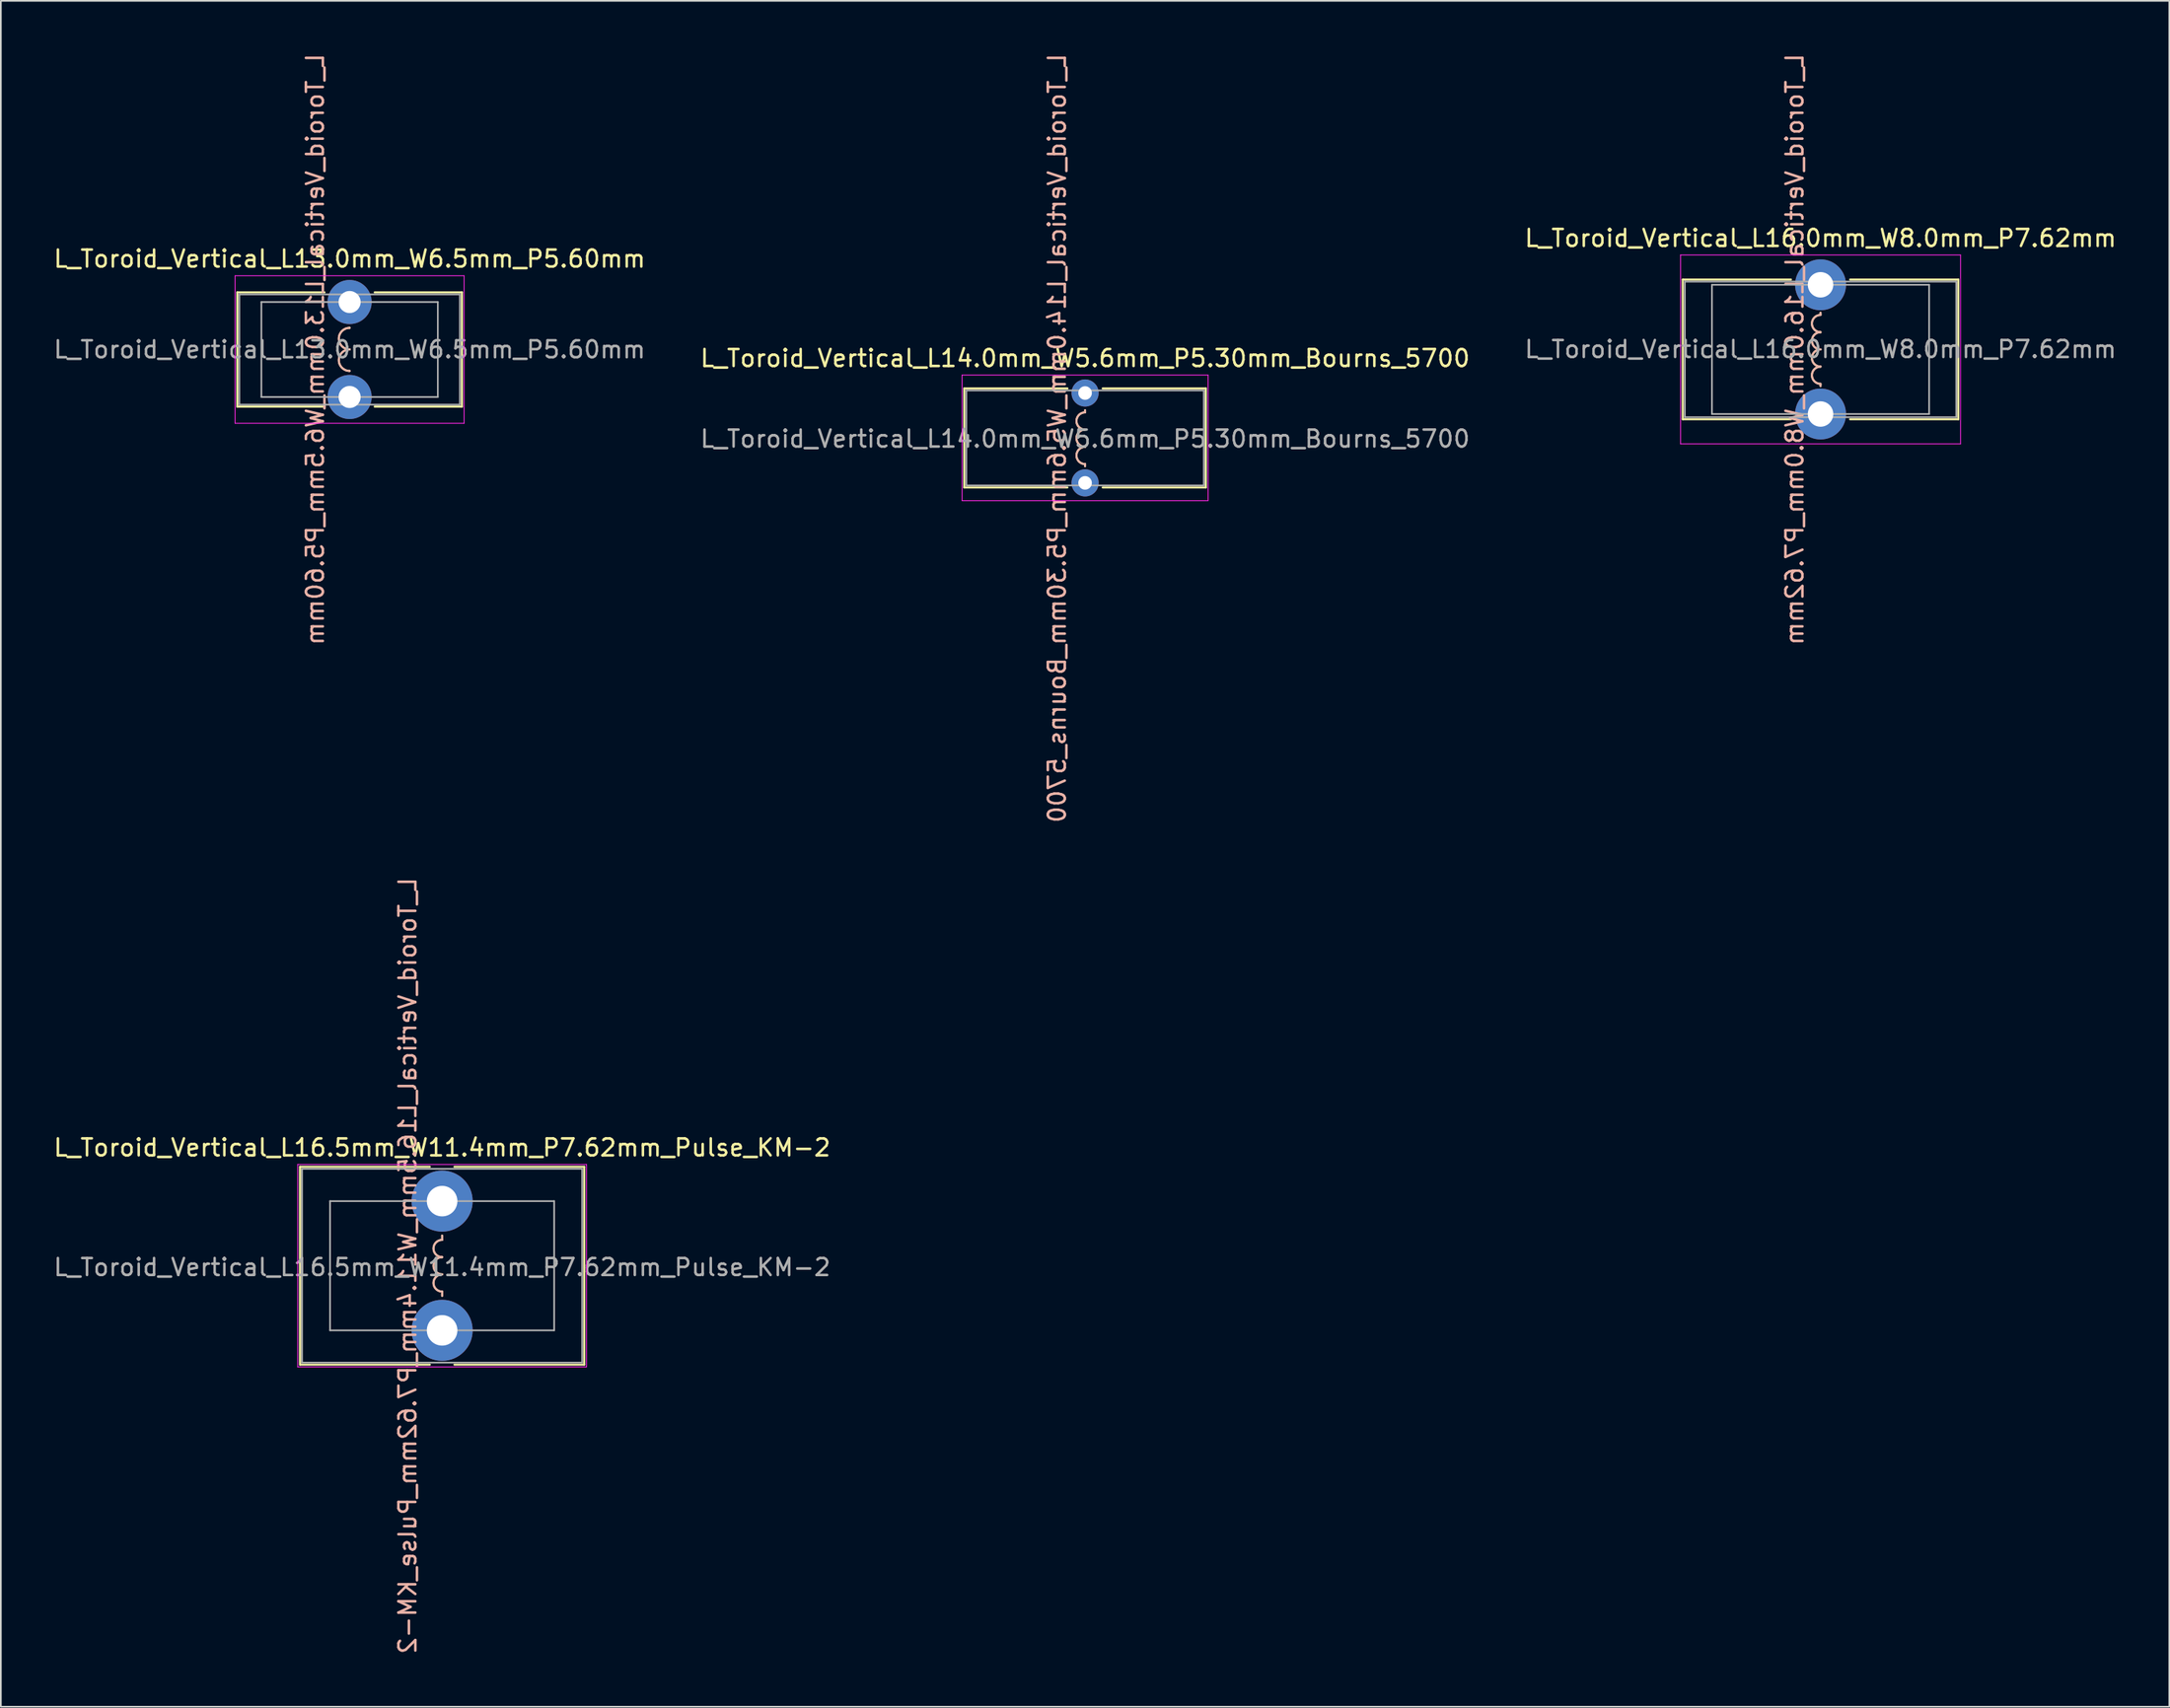
<source format=kicad_pcb>
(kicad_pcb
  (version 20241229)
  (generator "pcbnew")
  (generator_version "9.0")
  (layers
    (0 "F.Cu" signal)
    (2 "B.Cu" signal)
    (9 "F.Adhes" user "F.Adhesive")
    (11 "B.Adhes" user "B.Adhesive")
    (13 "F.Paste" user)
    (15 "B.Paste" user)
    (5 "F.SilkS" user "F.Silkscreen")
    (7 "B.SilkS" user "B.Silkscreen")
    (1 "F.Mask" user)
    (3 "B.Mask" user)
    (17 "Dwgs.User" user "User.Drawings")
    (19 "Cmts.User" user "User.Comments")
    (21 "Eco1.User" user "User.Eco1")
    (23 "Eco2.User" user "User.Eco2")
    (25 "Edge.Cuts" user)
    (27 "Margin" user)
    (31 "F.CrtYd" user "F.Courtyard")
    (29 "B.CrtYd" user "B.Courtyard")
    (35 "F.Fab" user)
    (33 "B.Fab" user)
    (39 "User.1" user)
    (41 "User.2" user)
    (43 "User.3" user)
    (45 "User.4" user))
  (footprint "L_Toroid_Vertical_L16.5mm_W11.4mm_P7.62mm_Pulse_KM-2"
    (layer "F.Cu")
    (at 23.006 67.779)
    (property "Reference" "L_Toroid_Vertical_L16.5mm_W11.4mm_P7.62mm_Pulse_KM-2" (at 0 -3.155 0) (layer "F.SilkS") (effects (font (size 1 1) (thickness 0.15))))
    (fp_line (start -8.375 -2.025) (end -8.375 9.645) (stroke (width 0.12) (type solid)) (layer "F.SilkS"))
    (fp_line (start -8.375 -2.025) (end -0.725 -2.025) (stroke (width 0.12) (type solid)) (layer "F.SilkS"))
    (fp_line (start -8.375 9.645) (end -0.725 9.645) (stroke (width 0.12) (type solid)) (layer "F.SilkS"))
    (fp_line (start 0 2.286) (end 0 2.032) (stroke (width 0.12) (type solid)) (layer "F.SilkS"))
    (fp_line (start 0 5.334) (end 0 5.588) (stroke (width 0.12) (type solid)) (layer "F.SilkS"))
    (fp_line (start 0.725 -2.025) (end 8.375 -2.025) (stroke (width 0.12) (type solid)) (layer "F.SilkS"))
    (fp_line (start 0.725 9.645) (end 8.375 9.645) (stroke (width 0.12) (type solid)) (layer "F.SilkS"))
    (fp_line (start 8.375 -2.025) (end 8.375 9.645) (stroke (width 0.12) (type solid)) (layer "F.SilkS"))
    (fp_arc (start 0 3.302) (mid -0.508 2.794) (end 0 2.286) (stroke (width 0.12) (type solid)) (layer "F.SilkS"))
    (fp_arc (start 0 4.318) (mid -0.508 3.81) (end 0 3.302) (stroke (width 0.12) (type solid)) (layer "F.SilkS"))
    (fp_arc (start 0 5.334) (mid -0.508 4.826) (end 0 4.318) (stroke (width 0.12) (type solid)) (layer "F.SilkS"))
    (fp_line (start 0 2.286) (end 0 2.032) (stroke (width 0.12) (type solid)) (layer "B.SilkS"))
    (fp_line (start 0 5.334) (end 0 5.588) (stroke (width 0.12) (type solid)) (layer "B.SilkS"))
    (fp_arc (start 0 3.302) (mid -0.508 2.794) (end 0 2.286) (stroke (width 0.12) (type solid)) (layer "B.SilkS"))
    (fp_arc (start 0 4.318) (mid -0.508 3.81) (end 0 3.302) (stroke (width 0.12) (type solid)) (layer "B.SilkS"))
    (fp_arc (start 0 5.334) (mid -0.508 4.826) (end 0 4.318) (stroke (width 0.12) (type solid)) (layer "B.SilkS"))
    (fp_line (start -8.51 -2.16) (end -8.51 9.78) (stroke (width 0.05) (type solid)) (layer "F.CrtYd"))
    (fp_line (start -8.51 9.78) (end 8.51 9.78) (stroke (width 0.05) (type solid)) (layer "F.CrtYd"))
    (fp_line (start 8.51 -2.16) (end -8.51 -2.16) (stroke (width 0.05) (type solid)) (layer "F.CrtYd"))
    (fp_line (start 8.51 9.78) (end 8.51 -2.16) (stroke (width 0.05) (type solid)) (layer "F.CrtYd"))
    (fp_line (start -8.255 -1.905) (end -8.255 9.525) (stroke (width 0.1) (type solid)) (layer "F.Fab"))
    (fp_line (start -8.255 9.525) (end 8.255 9.525) (stroke (width 0.1) (type solid)) (layer "F.Fab"))
    (fp_line (start -6.604 0) (end -6.604 7.62) (stroke (width 0.1) (type solid)) (layer "F.Fab"))
    (fp_line (start -6.604 7.62) (end 6.604 7.62) (stroke (width 0.1) (type solid)) (layer "F.Fab"))
    (fp_line (start 6.604 0) (end -6.604 0) (stroke (width 0.1) (type solid)) (layer "F.Fab"))
    (fp_line (start 6.604 7.62) (end 6.604 0) (stroke (width 0.1) (type solid)) (layer "F.Fab"))
    (fp_line (start 8.255 -1.905) (end -8.255 -1.905) (stroke (width 0.1) (type solid)) (layer "F.Fab"))
    (fp_line (start 8.255 9.525) (end 8.255 -1.905) (stroke (width 0.1) (type solid)) (layer "F.Fab"))
    (fp_text user "${REFERENCE}" (at -2.032 3.81 90) (layer "B.SilkS") (effects (font (size 1 1) (thickness 0.15)) (justify mirror)))
    (fp_text user "${REFERENCE}" (at 0 3.9 0) (layer "F.Fab") (effects (font (size 1 1) (thickness 0.15))))
    (pad "1" thru_hole circle (at 0 0) (size 3.6 3.6) (drill 1.8) (layers "*.Cu" "*.Mask"))
    (pad "2" thru_hole circle (at 0 7.62) (size 3.6 3.6) (drill 1.8) (layers "*.Cu" "*.Mask")))
  (footprint "L_Toroid_Vertical_L14.0mm_W5.6mm_P5.30mm_Bourns_5700"
    (layer "F.Cu")
    (at 60.899 20.125)
    (property "Reference" "L_Toroid_Vertical_L14.0mm_W5.6mm_P5.30mm_Bourns_5700" (at 0 -2.05 0) (layer "F.SilkS") (effects (font (size 1 1) (thickness 0.15))))
    (fp_line (start -7.12 -0.27) (end -7.12 5.57) (stroke (width 0.12) (type solid)) (layer "F.SilkS"))
    (fp_line (start -7.12 -0.27) (end -1.037 -0.27) (stroke (width 0.12) (type solid)) (layer "F.SilkS"))
    (fp_line (start -7.12 5.57) (end -1.037 5.57) (stroke (width 0.12) (type solid)) (layer "F.SilkS"))
    (fp_line (start 0 1.143) (end 0 1.016) (stroke (width 0.12) (type solid)) (layer "F.SilkS"))
    (fp_line (start 0 4.191) (end 0 4.318) (stroke (width 0.12) (type solid)) (layer "F.SilkS"))
    (fp_line (start 1.037 -0.27) (end 7.12 -0.27) (stroke (width 0.12) (type solid)) (layer "F.SilkS"))
    (fp_line (start 1.037 5.57) (end 7.12 5.57) (stroke (width 0.12) (type solid)) (layer "F.SilkS"))
    (fp_line (start 7.12 -0.27) (end 7.12 5.57) (stroke (width 0.12) (type solid)) (layer "F.SilkS"))
    (fp_arc (start 0 2.159) (mid -0.508 1.651) (end 0 1.143) (stroke (width 0.12) (type solid)) (layer "F.SilkS"))
    (fp_arc (start 0 3.175) (mid -0.508 2.667) (end 0 2.159) (stroke (width 0.12) (type solid)) (layer "F.SilkS"))
    (fp_arc (start 0 4.191) (mid -0.508 3.683) (end 0 3.175) (stroke (width 0.12) (type solid)) (layer "F.SilkS"))
    (fp_line (start 0 1.143) (end 0 1.016) (stroke (width 0.12) (type solid)) (layer "B.SilkS"))
    (fp_line (start 0 4.191) (end 0 4.318) (stroke (width 0.12) (type solid)) (layer "B.SilkS"))
    (fp_arc (start 0 2.159) (mid -0.508 1.651) (end 0 1.143) (stroke (width 0.12) (type solid)) (layer "B.SilkS"))
    (fp_arc (start 0 3.175) (mid -0.508 2.667) (end 0 2.159) (stroke (width 0.12) (type solid)) (layer "B.SilkS"))
    (fp_arc (start 0 4.191) (mid -0.508 3.683) (end 0 3.175) (stroke (width 0.12) (type solid)) (layer "B.SilkS"))
    (fp_line (start -7.25 -1.06) (end -7.25 6.35) (stroke (width 0.05) (type solid)) (layer "F.CrtYd"))
    (fp_line (start -7.25 6.35) (end 7.25 6.35) (stroke (width 0.05) (type solid)) (layer "F.CrtYd"))
    (fp_line (start 7.25 -1.06) (end -7.25 -1.06) (stroke (width 0.05) (type solid)) (layer "F.CrtYd"))
    (fp_line (start 7.25 6.35) (end 7.25 -1.06) (stroke (width 0.05) (type solid)) (layer "F.CrtYd"))
    (fp_line (start -7 -0.15) (end -7 5.45) (stroke (width 0.1) (type solid)) (layer "F.Fab"))
    (fp_line (start -7 5.45) (end 7 5.45) (stroke (width 0.1) (type solid)) (layer "F.Fab"))
    (fp_line (start 7 -0.15) (end -7 -0.15) (stroke (width 0.1) (type solid)) (layer "F.Fab"))
    (fp_line (start 7 5.45) (end 7 -0.15) (stroke (width 0.1) (type solid)) (layer "F.Fab"))
    (fp_text user "${REFERENCE}" (at -1.651 2.667 90) (layer "B.SilkS") (effects (font (size 1 1) (thickness 0.15)) (justify mirror)))
    (fp_text user "${REFERENCE}" (at 0 2.7 0) (layer "F.Fab") (effects (font (size 1 1) (thickness 0.15))))
    (pad "1" thru_hole circle (at 0 0) (size 1.6 1.6) (drill 0.8) (layers "*.Cu" "*.Mask"))
    (pad "2" thru_hole circle (at 0 5.3) (size 1.6 1.6) (drill 0.8) (layers "*.Cu" "*.Mask")))
  (footprint "L_Toroid_Vertical_L16.0mm_W8.0mm_P7.62mm"
    (layer "F.Cu")
    (at 104.244 13.744)
    (property "Reference" "L_Toroid_Vertical_L16.0mm_W8.0mm_P7.62mm" (at 0 -2.75 0) (layer "F.SilkS") (effects (font (size 1 1) (thickness 0.15))))
    (fp_line (start -8.12 -0.31) (end -8.12 7.93) (stroke (width 0.12) (type solid)) (layer "F.SilkS"))
    (fp_line (start -8.12 -0.31) (end -1.742 -0.31) (stroke (width 0.12) (type solid)) (layer "F.SilkS"))
    (fp_line (start -8.12 7.93) (end -1.742 7.93) (stroke (width 0.12) (type solid)) (layer "F.SilkS"))
    (fp_line (start 0 1.778) (end 0 1.651) (stroke (width 0.12) (type solid)) (layer "F.SilkS"))
    (fp_line (start 0 5.842) (end 0 5.969) (stroke (width 0.12) (type solid)) (layer "F.SilkS"))
    (fp_line (start 1.742 -0.31) (end 8.12 -0.31) (stroke (width 0.12) (type solid)) (layer "F.SilkS"))
    (fp_line (start 1.742 7.93) (end 8.12 7.93) (stroke (width 0.12) (type solid)) (layer "F.SilkS"))
    (fp_line (start 8.12 -0.31) (end 8.12 7.93) (stroke (width 0.12) (type solid)) (layer "F.SilkS"))
    (fp_arc (start 0 2.794) (mid -0.508 2.286) (end 0 1.778) (stroke (width 0.12) (type solid)) (layer "F.SilkS"))
    (fp_arc (start 0 3.81) (mid -0.508 3.302) (end 0 2.794) (stroke (width 0.12) (type solid)) (layer "F.SilkS"))
    (fp_arc (start 0 4.826) (mid -0.508 4.318) (end 0 3.81) (stroke (width 0.12) (type solid)) (layer "F.SilkS"))
    (fp_arc (start 0 5.842) (mid -0.508 5.334) (end 0 4.826) (stroke (width 0.12) (type solid)) (layer "F.SilkS"))
    (fp_line (start 0 1.778) (end 0 1.651) (stroke (width 0.12) (type solid)) (layer "B.SilkS"))
    (fp_line (start 0 5.842) (end 0 5.969) (stroke (width 0.12) (type solid)) (layer "B.SilkS"))
    (fp_arc (start 0 2.794) (mid -0.508 2.286) (end 0 1.778) (stroke (width 0.12) (type solid)) (layer "B.SilkS"))
    (fp_arc (start 0 3.81) (mid -0.508 3.302) (end 0 2.794) (stroke (width 0.12) (type solid)) (layer "B.SilkS"))
    (fp_arc (start 0 4.826) (mid -0.508 4.318) (end 0 3.81) (stroke (width 0.12) (type solid)) (layer "B.SilkS"))
    (fp_arc (start 0 5.842) (mid -0.508 5.334) (end 0 4.826) (stroke (width 0.12) (type solid)) (layer "B.SilkS"))
    (fp_line (start -8.25 -1.76) (end -8.25 9.38) (stroke (width 0.05) (type solid)) (layer "F.CrtYd"))
    (fp_line (start -8.25 9.38) (end 8.25 9.38) (stroke (width 0.05) (type solid)) (layer "F.CrtYd"))
    (fp_line (start 8.25 -1.76) (end -8.25 -1.76) (stroke (width 0.05) (type solid)) (layer "F.CrtYd"))
    (fp_line (start 8.25 9.38) (end 8.25 -1.76) (stroke (width 0.05) (type solid)) (layer "F.CrtYd"))
    (fp_line (start -8 -0.19) (end -8 7.81) (stroke (width 0.1) (type solid)) (layer "F.Fab"))
    (fp_line (start -8 7.81) (end 8 7.81) (stroke (width 0.1) (type solid)) (layer "F.Fab"))
    (fp_line (start -6.4 0) (end -6.4 7.62) (stroke (width 0.1) (type solid)) (layer "F.Fab"))
    (fp_line (start -6.4 7.62) (end 6.4 7.62) (stroke (width 0.1) (type solid)) (layer "F.Fab"))
    (fp_line (start 6.4 0) (end -6.4 0) (stroke (width 0.1) (type solid)) (layer "F.Fab"))
    (fp_line (start 6.4 7.62) (end 6.4 0) (stroke (width 0.1) (type solid)) (layer "F.Fab"))
    (fp_line (start 8 -0.19) (end -8 -0.19) (stroke (width 0.1) (type solid)) (layer "F.Fab"))
    (fp_line (start 8 7.81) (end 8 -0.19) (stroke (width 0.1) (type solid)) (layer "F.Fab"))
    (fp_text user "${REFERENCE}" (at -1.524 3.81 90) (layer "B.SilkS") (effects (font (size 1 1) (thickness 0.15)) (justify mirror)))
    (fp_text user "${REFERENCE}" (at 0 3.8 0) (layer "F.Fab") (effects (font (size 1 1) (thickness 0.15))))
    (pad "1" thru_hole circle (at 0 0) (size 3 3) (drill 1.5) (layers "*.Cu" "*.Mask"))
    (pad "2" thru_hole circle (at 0 7.62) (size 3 3) (drill 1.5) (layers "*.Cu" "*.Mask")))
  (footprint "L_Toroid_Vertical_L13.0mm_W6.5mm_P5.60mm"
    (layer "F.Cu")
    (at 17.554 14.76)
    (property "Reference" "L_Toroid_Vertical_L13.0mm_W6.5mm_P5.60mm" (at 0 -2.55 0) (layer "F.SilkS") (effects (font (size 1 1) (thickness 0.15))))
    (fp_line (start -6.62 -0.57) (end -6.62 6.17) (stroke (width 0.12) (type solid)) (layer "F.SilkS"))
    (fp_line (start -6.62 -0.57) (end -1.478 -0.57) (stroke (width 0.12) (type solid)) (layer "F.SilkS"))
    (fp_line (start -6.62 6.17) (end -1.478 6.17) (stroke (width 0.12) (type solid)) (layer "F.SilkS"))
    (fp_line (start 0 1.524) (end 0 1.524) (stroke (width 0.12) (type solid)) (layer "F.SilkS"))
    (fp_line (start 1.478 -0.57) (end 6.62 -0.57) (stroke (width 0.12) (type solid)) (layer "F.SilkS"))
    (fp_line (start 1.478 6.17) (end 6.62 6.17) (stroke (width 0.12) (type solid)) (layer "F.SilkS"))
    (fp_line (start 6.62 -0.57) (end 6.62 6.17) (stroke (width 0.12) (type solid)) (layer "F.SilkS"))
    (fp_arc (start 0 2.794) (mid -0.635 2.159) (end 0 1.524) (stroke (width 0.12) (type solid)) (layer "F.SilkS"))
    (fp_arc (start 0 4.064) (mid -0.635 3.429) (end 0 2.794) (stroke (width 0.12) (type solid)) (layer "F.SilkS"))
    (fp_line (start 0 4.064) (end 0 4.064) (stroke (width 0.12) (type solid)) (layer "B.SilkS"))
    (fp_arc (start 0 2.794) (mid -0.635 2.159) (end 0 1.524) (stroke (width 0.12) (type solid)) (layer "B.SilkS"))
    (fp_arc (start 0 4.064) (mid -0.635 3.429) (end 0 2.794) (stroke (width 0.12) (type solid)) (layer "B.SilkS"))
    (fp_line (start -6.75 -1.55) (end -6.75 7.15) (stroke (width 0.05) (type solid)) (layer "F.CrtYd"))
    (fp_line (start -6.75 7.15) (end 6.75 7.15) (stroke (width 0.05) (type solid)) (layer "F.CrtYd"))
    (fp_line (start 6.75 -1.55) (end -6.75 -1.55) (stroke (width 0.05) (type solid)) (layer "F.CrtYd"))
    (fp_line (start 6.75 7.15) (end 6.75 -1.55) (stroke (width 0.05) (type solid)) (layer "F.CrtYd"))
    (fp_line (start -6.5 -0.45) (end -6.5 6.05) (stroke (width 0.1) (type solid)) (layer "F.Fab"))
    (fp_line (start -6.5 6.05) (end 6.5 6.05) (stroke (width 0.1) (type solid)) (layer "F.Fab"))
    (fp_line (start -5.2 0) (end -5.2 5.6) (stroke (width 0.1) (type solid)) (layer "F.Fab"))
    (fp_line (start -5.2 5.6) (end 5.2 5.6) (stroke (width 0.1) (type solid)) (layer "F.Fab"))
    (fp_line (start 5.2 0) (end -5.2 0) (stroke (width 0.1) (type solid)) (layer "F.Fab"))
    (fp_line (start 5.2 5.6) (end 5.2 0) (stroke (width 0.1) (type solid)) (layer "F.Fab"))
    (fp_line (start 6.5 -0.45) (end -6.5 -0.45) (stroke (width 0.1) (type solid)) (layer "F.Fab"))
    (fp_line (start 6.5 6.05) (end 6.5 -0.45) (stroke (width 0.1) (type solid)) (layer "F.Fab"))
    (fp_text user "${REFERENCE}" (at -2.032 2.794 90) (layer "B.SilkS") (effects (font (size 1 1) (thickness 0.15)) (justify mirror)))
    (fp_text user "${REFERENCE}" (at 0 2.8 0) (layer "F.Fab") (effects (font (size 1 1) (thickness 0.15))))
    (pad "1" thru_hole circle (at 0 0) (size 2.6 2.6) (drill 1.3) (layers "*.Cu" "*.Mask"))
    (pad "2" thru_hole circle (at 0 5.6) (size 2.6 2.6) (drill 1.3) (layers "*.Cu" "*.Mask")))
  (gr_rect
    (start -3 -3)
    (end 124.798 97.595)
    (stroke (width 0.1) (type default))
    (fill no)
    (layer "Edge.Cuts")))
</source>
